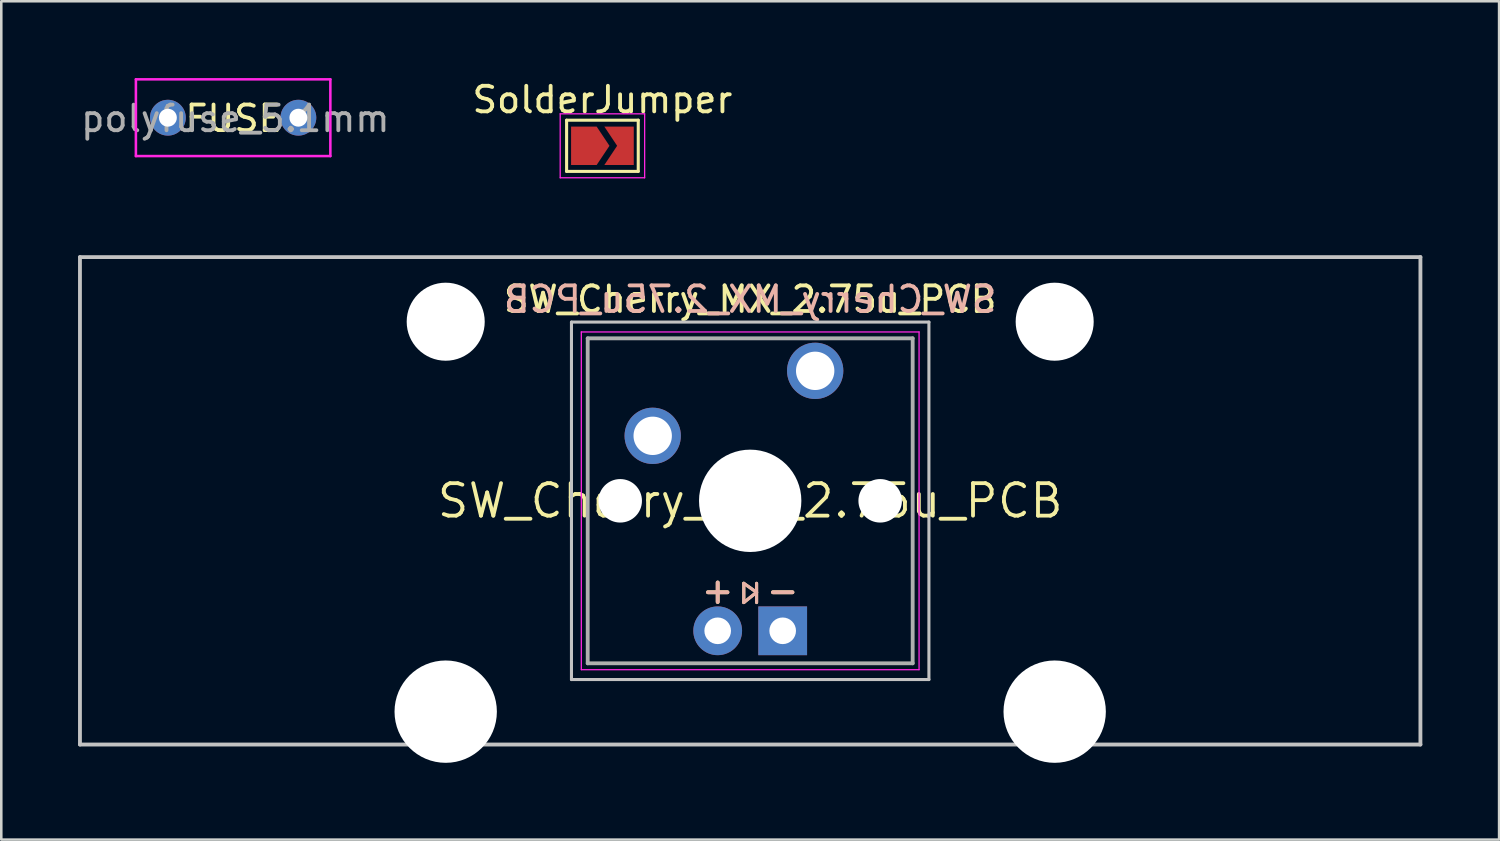
<source format=kicad_pcb>
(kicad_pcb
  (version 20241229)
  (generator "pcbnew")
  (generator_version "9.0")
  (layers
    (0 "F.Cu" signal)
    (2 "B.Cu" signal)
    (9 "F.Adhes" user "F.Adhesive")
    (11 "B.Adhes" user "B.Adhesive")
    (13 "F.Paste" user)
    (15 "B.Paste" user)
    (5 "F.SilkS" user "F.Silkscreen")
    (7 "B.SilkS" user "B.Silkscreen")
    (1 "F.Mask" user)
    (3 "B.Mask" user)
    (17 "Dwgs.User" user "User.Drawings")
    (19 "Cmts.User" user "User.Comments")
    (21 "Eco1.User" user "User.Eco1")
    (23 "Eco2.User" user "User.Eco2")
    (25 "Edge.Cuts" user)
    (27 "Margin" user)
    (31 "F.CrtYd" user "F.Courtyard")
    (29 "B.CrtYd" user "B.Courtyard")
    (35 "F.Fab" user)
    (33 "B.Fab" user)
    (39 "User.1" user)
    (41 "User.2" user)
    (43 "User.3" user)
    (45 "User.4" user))
  (footprint "SolderJumper"
    (layer "F.Cu")
    (at 20.494 2.648)
    (property "Reference" "SolderJumper" (at 0 -1.8 0) (layer "F.SilkS") (effects (font (size 1 1) (thickness 0.15))))
    (attr exclude_from_pos_files exclude_from_bom)
    (fp_line (start -1.4 -1) (end 1.4 -1) (stroke (width 0.12) (type solid)) (layer "F.SilkS"))
    (fp_line (start -1.4 1) (end -1.4 -1) (stroke (width 0.12) (type solid)) (layer "F.SilkS"))
    (fp_line (start 1.4 -1) (end 1.4 1) (stroke (width 0.12) (type solid)) (layer "F.SilkS"))
    (fp_line (start 1.4 1) (end -1.4 1) (stroke (width 0.12) (type solid)) (layer "F.SilkS"))
    (fp_line (start -1.65 -1.25) (end -1.65 1.25) (stroke (width 0.05) (type solid)) (layer "F.CrtYd"))
    (fp_line (start -1.65 -1.25) (end 1.65 -1.25) (stroke (width 0.05) (type solid)) (layer "F.CrtYd"))
    (fp_line (start 1.65 1.25) (end -1.65 1.25) (stroke (width 0.05) (type solid)) (layer "F.CrtYd"))
    (fp_line (start 1.65 1.25) (end 1.65 -1.25) (stroke (width 0.05) (type solid)) (layer "F.CrtYd"))
    (pad "1" smd custom (at -0.725 0) (size 0.3 0.3) (layers "F.Cu" "F.Mask") (options (anchor rect)) (primitives (gr_poly (pts (xy -0.5 -0.75) (xy 0.5 -0.75) (xy 1 0) (xy 0.5 0.75) (xy -0.5 0.75)) (width 0) (fill yes))))
    (pad "2" smd custom (at 0.725 0) (size 0.3 0.3) (layers "F.Cu" "F.Mask") (options (anchor rect)) (primitives (gr_poly (pts (xy -0.65 -0.75) (xy 0.5 -0.75) (xy 0.5 0.75) (xy -0.65 0.75) (xy -0.15 0)) (width 0) (fill yes)))))
  (footprint "SW_Cherry_MX_2.75u_PCB"
    (layer "F.Cu")
    (at 26.269 16.523)
    (property "Reference" "SW_Cherry_MX_2.75u_PCB" (at 0 0 0) (layer "F.SilkS") (effects (font (size 1.27 1.27) (thickness 0.15))))
    (attr through_hole)
    (fp_line (start -0.25 3.225) (end -0.25 3.975) (stroke (width 0.12) (type solid)) (layer "F.SilkS"))
    (fp_line (start -0.25 3.975) (end 0.25 3.575) (stroke (width 0.12) (type solid)) (layer "F.SilkS"))
    (fp_line (start 0.25 3.225) (end 0.25 3.975) (stroke (width 0.12) (type solid)) (layer "F.SilkS"))
    (fp_line (start 0.25 3.575) (end -0.25 3.225) (stroke (width 0.12) (type solid)) (layer "F.SilkS"))
    (fp_line (start -0.25 3.225) (end -0.25 3.975) (stroke (width 0.12) (type solid)) (layer "B.SilkS"))
    (fp_line (start -0.25 3.975) (end 0.25 3.575) (stroke (width 0.12) (type solid)) (layer "B.SilkS"))
    (fp_line (start 0.25 3.225) (end 0.25 3.975) (stroke (width 0.12) (type solid)) (layer "B.SilkS"))
    (fp_line (start 0.25 3.575) (end -0.25 3.225) (stroke (width 0.12) (type solid)) (layer "B.SilkS"))
    (fp_line (start -26.194 -9.525) (end 26.194 -9.525) (stroke (width 0.15) (type solid)) (layer "Dwgs.User"))
    (fp_line (start -26.194 9.525) (end -26.194 -9.525) (stroke (width 0.15) (type solid)) (layer "Dwgs.User"))
    (fp_line (start -6.985 -6.985) (end 6.985 -6.985) (stroke (width 0.12) (type solid)) (layer "Dwgs.User"))
    (fp_line (start -6.985 6.985) (end -6.985 -6.985) (stroke (width 0.12) (type solid)) (layer "Dwgs.User"))
    (fp_line (start 6.985 -6.985) (end 6.985 6.985) (stroke (width 0.12) (type solid)) (layer "Dwgs.User"))
    (fp_line (start 6.985 6.985) (end -6.985 6.985) (stroke (width 0.12) (type solid)) (layer "Dwgs.User"))
    (fp_line (start 26.194 -9.525) (end 26.194 9.525) (stroke (width 0.15) (type solid)) (layer "Dwgs.User"))
    (fp_line (start 26.194 9.525) (end -26.194 9.525) (stroke (width 0.15) (type solid)) (layer "Dwgs.User"))
    (fp_line (start -16.129 -2.286) (end -15.265 -2.286) (stroke (width 0.05) (type solid)) (layer "Eco1.User"))
    (fp_line (start -16.129 0.508) (end -16.129 -2.286) (stroke (width 0.05) (type solid)) (layer "Eco1.User"))
    (fp_line (start -15.265 -5.69) (end -8.611 -5.69) (stroke (width 0.05) (type solid)) (layer "Eco1.User"))
    (fp_line (start -15.265 -2.286) (end -15.265 -5.69) (stroke (width 0.05) (type solid)) (layer "Eco1.User"))
    (fp_line (start -15.265 0.508) (end -16.129 0.508) (stroke (width 0.05) (type solid)) (layer "Eco1.User"))
    (fp_line (start -15.265 6.604) (end -15.265 0.508) (stroke (width 0.05) (type solid)) (layer "Eco1.User"))
    (fp_line (start -14.224 6.604) (end -15.265 6.604) (stroke (width 0.05) (type solid)) (layer "Eco1.User"))
    (fp_line (start -14.224 7.772) (end -14.224 6.604) (stroke (width 0.05) (type solid)) (layer "Eco1.User"))
    (fp_line (start -9.652 6.604) (end -9.652 7.772) (stroke (width 0.05) (type solid)) (layer "Eco1.User"))
    (fp_line (start -9.652 7.772) (end -14.224 7.772) (stroke (width 0.05) (type solid)) (layer "Eco1.User"))
    (fp_line (start -8.611 -5.69) (end -8.611 -4.877) (stroke (width 0.05) (type solid)) (layer "Eco1.User"))
    (fp_line (start -8.611 -4.877) (end -6.985 -4.877) (stroke (width 0.05) (type solid)) (layer "Eco1.User"))
    (fp_line (start -8.611 5.817) (end -8.611 6.604) (stroke (width 0.05) (type solid)) (layer "Eco1.User"))
    (fp_line (start -8.611 6.604) (end -9.652 6.604) (stroke (width 0.05) (type solid)) (layer "Eco1.User"))
    (fp_line (start -6.985 -6.985) (end 6.985 -6.985) (stroke (width 0.05) (type solid)) (layer "Eco1.User"))
    (fp_line (start -6.985 -4.877) (end -6.985 -6.985) (stroke (width 0.05) (type solid)) (layer "Eco1.User"))
    (fp_line (start -6.985 5.817) (end -8.611 5.817) (stroke (width 0.05) (type solid)) (layer "Eco1.User"))
    (fp_line (start -6.985 6.985) (end -6.985 5.817) (stroke (width 0.05) (type solid)) (layer "Eco1.User"))
    (fp_line (start 6.985 -6.985) (end 6.985 -4.877) (stroke (width 0.05) (type solid)) (layer "Eco1.User"))
    (fp_line (start 6.985 -4.877) (end 8.611 -4.877) (stroke (width 0.05) (type solid)) (layer "Eco1.User"))
    (fp_line (start 6.985 5.817) (end 6.985 6.985) (stroke (width 0.05) (type solid)) (layer "Eco1.User"))
    (fp_line (start 6.985 6.985) (end -6.985 6.985) (stroke (width 0.05) (type solid)) (layer "Eco1.User"))
    (fp_line (start 8.611 -5.69) (end 15.265 -5.69) (stroke (width 0.05) (type solid)) (layer "Eco1.User"))
    (fp_line (start 8.611 -4.877) (end 8.611 -5.69) (stroke (width 0.05) (type solid)) (layer "Eco1.User"))
    (fp_line (start 8.611 5.817) (end 6.985 5.817) (stroke (width 0.05) (type solid)) (layer "Eco1.User"))
    (fp_line (start 8.611 6.604) (end 8.611 5.817) (stroke (width 0.05) (type solid)) (layer "Eco1.User"))
    (fp_line (start 9.652 6.604) (end 8.611 6.604) (stroke (width 0.05) (type solid)) (layer "Eco1.User"))
    (fp_line (start 9.652 7.772) (end 9.652 6.604) (stroke (width 0.05) (type solid)) (layer "Eco1.User"))
    (fp_line (start 14.224 6.604) (end 14.224 7.772) (stroke (width 0.05) (type solid)) (layer "Eco1.User"))
    (fp_line (start 14.224 7.772) (end 9.652 7.772) (stroke (width 0.05) (type solid)) (layer "Eco1.User"))
    (fp_line (start 15.265 -5.69) (end 15.265 -2.286) (stroke (width 0.05) (type solid)) (layer "Eco1.User"))
    (fp_line (start 15.265 -2.286) (end 16.129 -2.286) (stroke (width 0.05) (type solid)) (layer "Eco1.User"))
    (fp_line (start 15.265 0.508) (end 15.265 6.604) (stroke (width 0.05) (type solid)) (layer "Eco1.User"))
    (fp_line (start 15.265 6.604) (end 14.224 6.604) (stroke (width 0.05) (type solid)) (layer "Eco1.User"))
    (fp_line (start 16.129 -2.286) (end 16.129 0.508) (stroke (width 0.05) (type solid)) (layer "Eco1.User"))
    (fp_line (start 16.129 0.508) (end 15.265 0.508) (stroke (width 0.05) (type solid)) (layer "Eco1.User"))
    (fp_line (start -6.6 -6.6) (end 6.6 -6.6) (stroke (width 0.05) (type solid)) (layer "F.CrtYd"))
    (fp_line (start -6.6 6.6) (end -6.6 -6.6) (stroke (width 0.05) (type solid)) (layer "F.CrtYd"))
    (fp_line (start 6.6 -6.6) (end 6.6 6.6) (stroke (width 0.05) (type solid)) (layer "F.CrtYd"))
    (fp_line (start 6.6 6.6) (end -6.6 6.6) (stroke (width 0.05) (type solid)) (layer "F.CrtYd"))
    (fp_line (start -6.35 -6.35) (end 6.35 -6.35) (stroke (width 0.15) (type solid)) (layer "F.Fab"))
    (fp_line (start -6.35 6.35) (end -6.35 -6.35) (stroke (width 0.15) (type solid)) (layer "F.Fab"))
    (fp_line (start 6.35 -6.35) (end 6.35 6.35) (stroke (width 0.15) (type solid)) (layer "F.Fab"))
    (fp_line (start 6.35 6.35) (end -6.35 6.35) (stroke (width 0.15) (type solid)) (layer "F.Fab"))
    (fp_text user "-" (at 1.27 3.5 0) (layer "F.SilkS") (effects (font (size 1 1) (thickness 0.15))))
    (fp_text user "${REFERENCE}" (at 0 -7.874 0) (layer "F.SilkS") (effects (font (size 1 1) (thickness 0.15))))
    (fp_text user "+" (at -1.27 3.5 0) (layer "F.SilkS") (effects (font (size 1 1) (thickness 0.15))))
    (fp_text user "+" (at -1.27 3.5 0) (layer "B.SilkS") (effects (font (size 1 1) (thickness 0.15))))
    (fp_text user "-" (at 1.27 3.5 0) (layer "B.SilkS") (effects (font (size 1 1) (thickness 0.15))))
    (fp_text user "${REFERENCE}" (at 0 -7.874 0) (layer "B.SilkS") (effects (font (size 1 1) (thickness 0.15)) (justify mirror)))
    (pad "" np_thru_hole circle (at -11.9 -7) (size 3.05 3.05) (drill 3.05) (layers "*.Cu" "*.Mask"))
    (pad "" np_thru_hole circle (at -11.9 8.24) (size 4 4) (drill 4) (layers "*.Cu" "*.Mask"))
    (pad "" np_thru_hole circle (at -5.08 0) (size 1.7 1.7) (drill 1.7) (layers "*.Cu" "*.Mask"))
    (pad "" np_thru_hole circle (at 0 0) (size 4 4) (drill 4) (layers "*.Cu" "*.Mask"))
    (pad "" np_thru_hole circle (at 5.08 0) (size 1.7 1.7) (drill 1.7) (layers "*.Cu" "*.Mask"))
    (pad "" np_thru_hole circle (at 11.9 -7) (size 3.05 3.05) (drill 3.05) (layers "*.Cu" "*.Mask"))
    (pad "" np_thru_hole circle (at 11.9 8.24) (size 4 4) (drill 4) (layers "*.Cu" "*.Mask"))
    (pad "1" thru_hole circle (at 2.54 -5.08) (size 2.2 2.2) (drill 1.5) (layers "*.Cu" "*.Mask"))
    (pad "2" thru_hole circle (at -3.81 -2.54) (size 2.2 2.2) (drill 1.5) (layers "*.Cu" "*.Mask"))
    (pad "3" thru_hole circle (at -1.27 5.08) (size 1.905 1.905) (drill 1.04) (layers "*.Cu" "*.Mask"))
    (pad "4" thru_hole rect (at 1.27 5.08) (size 1.905 1.905) (drill 1.04) (layers "*.Cu" "*.Mask")))
  (footprint "polyfuse_5.1mm"
    (layer "F.Cu")
    (at 6.061 1.55)
    (property "Reference" "polyfuse_5.1mm" (at 0.087 0.035 0) (layer "F.Fab") (effects (font (size 1 1) (thickness 0.15))))
    (attr through_hole)
    (fp_line (start -3.8 -1.5) (end 3.8 -1.5) (stroke (width 0.1) (type solid)) (layer "F.CrtYd"))
    (fp_line (start -3.8 1.5) (end -3.8 -1.5) (stroke (width 0.1) (type solid)) (layer "F.CrtYd"))
    (fp_line (start 3.8 -1.5) (end 3.8 1.5) (stroke (width 0.1) (type solid)) (layer "F.CrtYd"))
    (fp_line (start 3.8 1.5) (end -3.8 1.5) (stroke (width 0.1) (type solid)) (layer "F.CrtYd"))
    (fp_text user "FUSE" (at 0.02 0.03 0) (layer "F.SilkS") (effects (font (size 1 1) (thickness 0.15))))
    (pad "1" thru_hole circle (at -2.55 0) (size 1.4 1.4) (drill 0.7) (layers "*.Cu" "*.Mask"))
    (pad "2" thru_hole circle (at 2.55 0) (size 1.4 1.4) (drill 0.7) (layers "*.Cu" "*.Mask")))
  (gr_rect
    (start -3 -3)
    (end 55.538 29.763)
    (stroke (width 0.1) (type default))
    (fill no)
    (layer "Edge.Cuts")))
</source>
